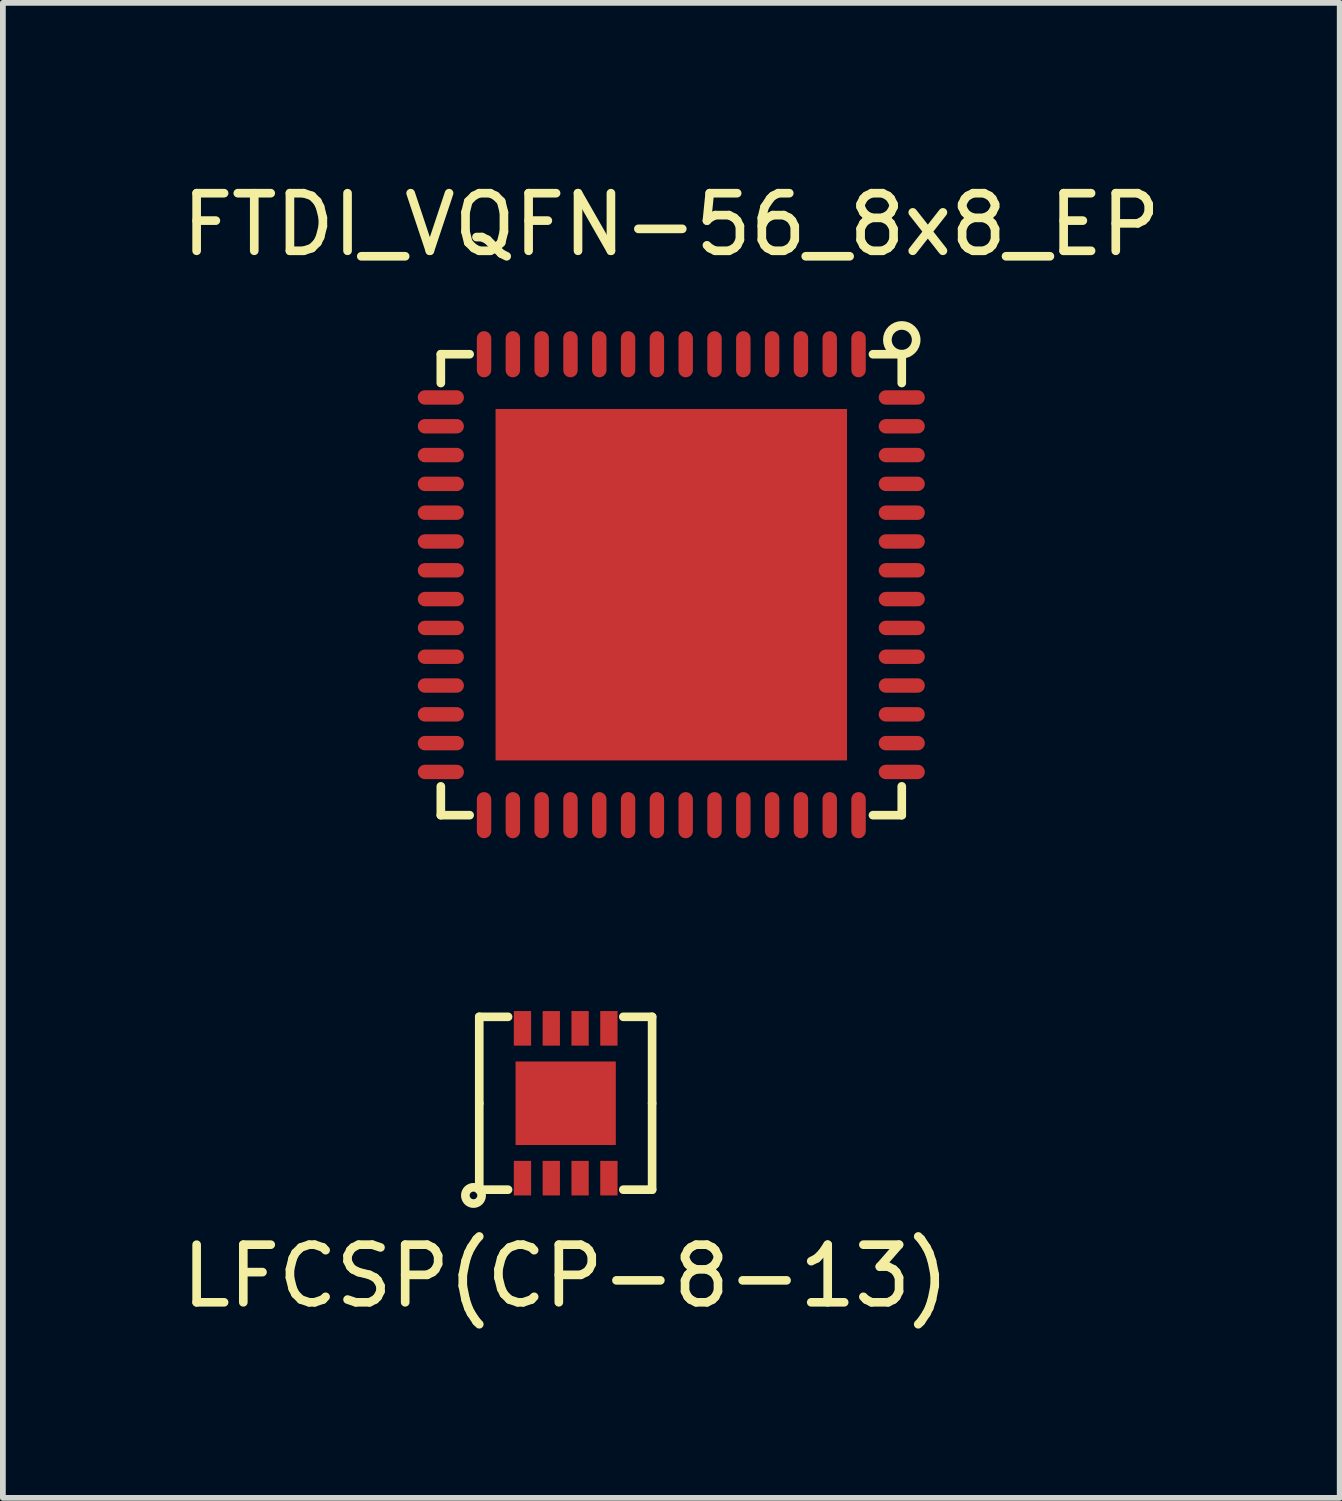
<source format=kicad_pcb>
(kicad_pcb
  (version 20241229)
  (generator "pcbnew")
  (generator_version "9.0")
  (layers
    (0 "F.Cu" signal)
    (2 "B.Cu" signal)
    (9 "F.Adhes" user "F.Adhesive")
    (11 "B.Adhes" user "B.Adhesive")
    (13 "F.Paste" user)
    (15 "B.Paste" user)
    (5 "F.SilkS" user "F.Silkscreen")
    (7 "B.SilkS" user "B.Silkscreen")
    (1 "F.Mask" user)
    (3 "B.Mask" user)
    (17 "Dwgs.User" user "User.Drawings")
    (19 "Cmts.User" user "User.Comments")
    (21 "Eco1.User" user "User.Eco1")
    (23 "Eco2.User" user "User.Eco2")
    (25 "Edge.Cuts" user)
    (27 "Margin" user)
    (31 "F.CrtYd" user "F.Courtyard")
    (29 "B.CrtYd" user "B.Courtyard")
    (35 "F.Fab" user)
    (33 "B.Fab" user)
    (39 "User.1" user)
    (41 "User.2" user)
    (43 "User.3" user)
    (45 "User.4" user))
  (footprint "LFCSP(CP-8-13)"
    (layer "F.Cu")
    (at 6.768 16.098)
    (property "Reference" "LFCSP(CP-8-13)" (at 0 3 0) (layer "F.SilkS") (effects (font (size 1 1) (thickness 0.15))))
    (attr through_hole)
    (fp_line (start -1.5 -1.5) (end -1 -1.5) (stroke (width 0.15) (type solid)) (layer "F.SilkS"))
    (fp_line (start -1.5 0) (end -1.5 -1.5) (stroke (width 0.15) (type solid)) (layer "F.SilkS"))
    (fp_line (start -1.5 0) (end -1.5 1.5) (stroke (width 0.15) (type solid)) (layer "F.SilkS"))
    (fp_line (start -1.5 1.5) (end -1 1.5) (stroke (width 0.15) (type solid)) (layer "F.SilkS"))
    (fp_line (start 1.5 -1.5) (end 1 -1.5) (stroke (width 0.15) (type solid)) (layer "F.SilkS"))
    (fp_line (start 1.5 0) (end 1.5 -1.5) (stroke (width 0.15) (type solid)) (layer "F.SilkS"))
    (fp_line (start 1.5 0) (end 1.5 1.5) (stroke (width 0.15) (type solid)) (layer "F.SilkS"))
    (fp_line (start 1.5 1.5) (end 1 1.5) (stroke (width 0.15) (type solid)) (layer "F.SilkS"))
    (fp_circle (center -1.6 1.6) (end -1.5 1.7) (stroke (width 0.15) (type solid)) (fill no) (layer "F.SilkS"))
    (pad "" smd rect (at -0.45 0) (size 0.75 1.35) (layers "F.Paste"))
    (pad "" smd rect (at 0.45 0) (size 0.75 1.35) (layers "F.Paste"))
    (pad "1" smd rect (at -0.75 1.3) (size 0.3 0.6) (layers "F.Cu" "F.Mask" "F.Paste"))
    (pad "2" smd rect (at -0.25 1.3) (size 0.3 0.6) (layers "F.Cu" "F.Mask" "F.Paste"))
    (pad "3" smd rect (at 0.25 1.3) (size 0.3 0.6) (layers "F.Cu" "F.Mask" "F.Paste"))
    (pad "4" smd rect (at 0.75 1.3) (size 0.3 0.6) (layers "F.Cu" "F.Mask" "F.Paste"))
    (pad "5" smd rect (at 0.75 -1.3) (size 0.3 0.6) (layers "F.Cu" "F.Mask" "F.Paste"))
    (pad "6" smd rect (at 0.25 -1.3) (size 0.3 0.6) (layers "F.Cu" "F.Mask" "F.Paste"))
    (pad "7" smd rect (at -0.25 -1.3) (size 0.3 0.6) (layers "F.Cu" "F.Mask" "F.Paste"))
    (pad "8" smd rect (at -0.75 -1.3) (size 0.3 0.6) (layers "F.Cu" "F.Mask" "F.Paste"))
    (pad "9" smd rect (at 0 0) (size 1.74 1.45) (layers "F.Cu" "F.Mask")))
  (footprint "FTDI_VQFN-56_8x8_EP"
    (layer "F.Cu")
    (at 8.601 7.098)
    (property "Reference" "FTDI_VQFN-56_8x8_EP" (at 0 -6.25 0) (layer "F.SilkS") (effects (font (size 1 1) (thickness 0.15))))
    (attr through_hole)
    (fp_line (start -4 -4) (end -4 -3.5) (stroke (width 0.15) (type solid)) (layer "F.SilkS"))
    (fp_line (start -4 3.5) (end -4 4) (stroke (width 0.15) (type solid)) (layer "F.SilkS"))
    (fp_line (start -4 4) (end -3.5 4) (stroke (width 0.15) (type solid)) (layer "F.SilkS"))
    (fp_line (start -3.5 -4) (end -4 -4) (stroke (width 0.15) (type solid)) (layer "F.SilkS"))
    (fp_line (start 3.5 -4) (end 4 -4) (stroke (width 0.15) (type solid)) (layer "F.SilkS"))
    (fp_line (start 3.5 4) (end 4 4) (stroke (width 0.15) (type solid)) (layer "F.SilkS"))
    (fp_line (start 4 -4) (end 4 -3.5) (stroke (width 0.15) (type solid)) (layer "F.SilkS"))
    (fp_line (start 4 4) (end 4 3.5) (stroke (width 0.15) (type solid)) (layer "F.SilkS"))
    (fp_circle (center 4 -4.25) (end 4 -4) (stroke (width 0.15) (type solid)) (fill no) (layer "F.SilkS"))
    (pad "" smd rect (at -2.25 -2.25 90) (size 1 1) (layers "F.Paste"))
    (pad "" smd rect (at -2.25 -0.75 90) (size 1 1) (layers "F.Paste"))
    (pad "" smd rect (at -2.25 0.75 90) (size 1 1) (layers "F.Paste"))
    (pad "" smd rect (at -2.25 2.25 90) (size 1 1) (layers "F.Paste"))
    (pad "" smd rect (at -0.75 -2.25 90) (size 1 1) (layers "F.Paste"))
    (pad "" smd rect (at -0.75 -0.75 90) (size 1 1) (layers "F.Paste"))
    (pad "" smd rect (at -0.75 0.75 90) (size 1 1) (layers "F.Paste"))
    (pad "" smd rect (at -0.75 2.25 90) (size 1 1) (layers "F.Paste"))
    (pad "" smd rect (at 0.75 -2.25 90) (size 1 1) (layers "F.Paste"))
    (pad "" smd rect (at 0.75 -0.75 90) (size 1 1) (layers "F.Paste"))
    (pad "" smd rect (at 0.75 0.75 90) (size 1 1) (layers "F.Paste"))
    (pad "" smd rect (at 0.75 2.25 90) (size 1 1) (layers "F.Paste"))
    (pad "" smd rect (at 2.25 -2.25 90) (size 1 1) (layers "F.Paste"))
    (pad "" smd rect (at 2.25 -0.75 90) (size 1 1) (layers "F.Paste"))
    (pad "" smd rect (at 2.25 0.75 90) (size 1 1) (layers "F.Paste"))
    (pad "" smd rect (at 2.25 2.25 90) (size 1 1) (layers "F.Paste"))
    (pad "1" smd oval (at 3.25 -4) (size 0.25 0.8) (layers "F.Cu" "F.Mask" "F.Paste"))
    (pad "2" smd oval (at 2.75 -4) (size 0.25 0.8) (layers "F.Cu" "F.Mask" "F.Paste"))
    (pad "3" smd oval (at 2.25 -4) (size 0.25 0.8) (layers "F.Cu" "F.Mask" "F.Paste"))
    (pad "4" smd oval (at 1.75 -4) (size 0.25 0.8) (layers "F.Cu" "F.Mask" "F.Paste"))
    (pad "5" smd oval (at 1.25 -4) (size 0.25 0.8) (layers "F.Cu" "F.Mask" "F.Paste"))
    (pad "6" smd oval (at 0.75 -4) (size 0.25 0.8) (layers "F.Cu" "F.Mask" "F.Paste"))
    (pad "7" smd oval (at 0.25 -4) (size 0.25 0.8) (layers "F.Cu" "F.Mask" "F.Paste"))
    (pad "8" smd oval (at -0.25 -4) (size 0.25 0.8) (layers "F.Cu" "F.Mask" "F.Paste"))
    (pad "9" smd oval (at -0.75 -4) (size 0.25 0.8) (layers "F.Cu" "F.Mask" "F.Paste"))
    (pad "10" smd oval (at -1.25 -4) (size 0.25 0.8) (layers "F.Cu" "F.Mask" "F.Paste"))
    (pad "11" smd oval (at -1.75 -4) (size 0.25 0.8) (layers "F.Cu" "F.Mask" "F.Paste"))
    (pad "12" smd oval (at -2.25 -4) (size 0.25 0.8) (layers "F.Cu" "F.Mask" "F.Paste"))
    (pad "13" smd oval (at -2.75 -4) (size 0.25 0.8) (layers "F.Cu" "F.Mask" "F.Paste"))
    (pad "14" smd oval (at -3.25 -4) (size 0.25 0.8) (layers "F.Cu" "F.Mask" "F.Paste"))
    (pad "15" smd oval (at -4 -3.25 90) (size 0.25 0.8) (layers "F.Cu" "F.Mask" "F.Paste"))
    (pad "16" smd oval (at -4 -2.75 90) (size 0.25 0.8) (layers "F.Cu" "F.Mask" "F.Paste"))
    (pad "17" smd oval (at -4 -2.25 90) (size 0.25 0.8) (layers "F.Cu" "F.Mask" "F.Paste"))
    (pad "18" smd oval (at -4 -1.75 90) (size 0.25 0.8) (layers "F.Cu" "F.Mask" "F.Paste"))
    (pad "19" smd oval (at -4 -1.25 90) (size 0.25 0.8) (layers "F.Cu" "F.Mask" "F.Paste"))
    (pad "20" smd oval (at -4 -0.75 90) (size 0.25 0.8) (layers "F.Cu" "F.Mask" "F.Paste"))
    (pad "21" smd oval (at -4 -0.25 90) (size 0.25 0.8) (layers "F.Cu" "F.Mask" "F.Paste"))
    (pad "22" smd oval (at -4 0.25 90) (size 0.25 0.8) (layers "F.Cu" "F.Mask" "F.Paste"))
    (pad "23" smd oval (at -4 0.75 90) (size 0.25 0.8) (layers "F.Cu" "F.Mask" "F.Paste"))
    (pad "24" smd oval (at -4 1.25 90) (size 0.25 0.8) (layers "F.Cu" "F.Mask" "F.Paste"))
    (pad "25" smd oval (at -4 1.75 90) (size 0.25 0.8) (layers "F.Cu" "F.Mask" "F.Paste"))
    (pad "26" smd oval (at -4 2.25 90) (size 0.25 0.8) (layers "F.Cu" "F.Mask" "F.Paste"))
    (pad "27" smd oval (at -4 2.75 90) (size 0.25 0.8) (layers "F.Cu" "F.Mask" "F.Paste"))
    (pad "28" smd oval (at -4 3.25 90) (size 0.25 0.8) (layers "F.Cu" "F.Mask" "F.Paste"))
    (pad "29" smd oval (at -3.25 4) (size 0.25 0.8) (layers "F.Cu" "F.Mask" "F.Paste"))
    (pad "30" smd oval (at -2.75 4) (size 0.25 0.8) (layers "F.Cu" "F.Mask" "F.Paste"))
    (pad "31" smd oval (at -2.25 4) (size 0.25 0.8) (layers "F.Cu" "F.Mask" "F.Paste"))
    (pad "32" smd oval (at -1.75 4) (size 0.25 0.8) (layers "F.Cu" "F.Mask" "F.Paste"))
    (pad "33" smd oval (at -1.25 4) (size 0.25 0.8) (layers "F.Cu" "F.Mask" "F.Paste"))
    (pad "34" smd oval (at -0.75 4) (size 0.25 0.8) (layers "F.Cu" "F.Mask" "F.Paste"))
    (pad "35" smd oval (at -0.25 4) (size 0.25 0.8) (layers "F.Cu" "F.Mask" "F.Paste"))
    (pad "36" smd oval (at 0.25 4) (size 0.25 0.8) (layers "F.Cu" "F.Mask" "F.Paste"))
    (pad "37" smd oval (at 0.75 4) (size 0.25 0.8) (layers "F.Cu" "F.Mask" "F.Paste"))
    (pad "38" smd oval (at 1.25 4) (size 0.25 0.8) (layers "F.Cu" "F.Mask" "F.Paste"))
    (pad "39" smd oval (at 1.75 4) (size 0.25 0.8) (layers "F.Cu" "F.Mask" "F.Paste"))
    (pad "40" smd oval (at 2.25 4) (size 0.25 0.8) (layers "F.Cu" "F.Mask" "F.Paste"))
    (pad "41" smd oval (at 2.75 4) (size 0.25 0.8) (layers "F.Cu" "F.Mask" "F.Paste"))
    (pad "42" smd oval (at 3.25 4) (size 0.25 0.8) (layers "F.Cu" "F.Mask" "F.Paste"))
    (pad "43" smd oval (at 4 3.25 90) (size 0.25 0.8) (layers "F.Cu" "F.Mask" "F.Paste"))
    (pad "44" smd oval (at 4 2.75 90) (size 0.25 0.8) (layers "F.Cu" "F.Mask" "F.Paste"))
    (pad "45" smd oval (at 4 2.25 90) (size 0.25 0.8) (layers "F.Cu" "F.Mask" "F.Paste"))
    (pad "46" smd oval (at 4 1.75 90) (size 0.25 0.8) (layers "F.Cu" "F.Mask" "F.Paste"))
    (pad "47" smd oval (at 4 1.25 90) (size 0.25 0.8) (layers "F.Cu" "F.Mask" "F.Paste"))
    (pad "48" smd oval (at 4 0.75 90) (size 0.25 0.8) (layers "F.Cu" "F.Mask" "F.Paste"))
    (pad "49" smd oval (at 4 0.25 90) (size 0.25 0.8) (layers "F.Cu" "F.Mask" "F.Paste"))
    (pad "50" smd oval (at 4 -0.25 90) (size 0.25 0.8) (layers "F.Cu" "F.Mask" "F.Paste"))
    (pad "51" smd oval (at 4 -0.75 90) (size 0.25 0.8) (layers "F.Cu" "F.Mask" "F.Paste"))
    (pad "52" smd oval (at 4 -1.25 90) (size 0.25 0.8) (layers "F.Cu" "F.Mask" "F.Paste"))
    (pad "53" smd oval (at 4 -1.75 90) (size 0.25 0.8) (layers "F.Cu" "F.Mask" "F.Paste"))
    (pad "54" smd oval (at 4 -2.25 90) (size 0.25 0.8) (layers "F.Cu" "F.Mask" "F.Paste"))
    (pad "55" smd oval (at 4 -2.75 90) (size 0.25 0.8) (layers "F.Cu" "F.Mask" "F.Paste"))
    (pad "56" smd oval (at 4 -3.25 90) (size 0.25 0.8) (layers "F.Cu" "F.Mask" "F.Paste"))
    (pad "57" smd rect (at 0 0 90) (size 6.1 6.1) (layers "F.Cu" "F.Mask")))
  (gr_rect
    (start -3 -3)
    (end 20.202 22.947)
    (stroke (width 0.1) (type default))
    (fill no)
    (layer "Edge.Cuts")))
</source>
